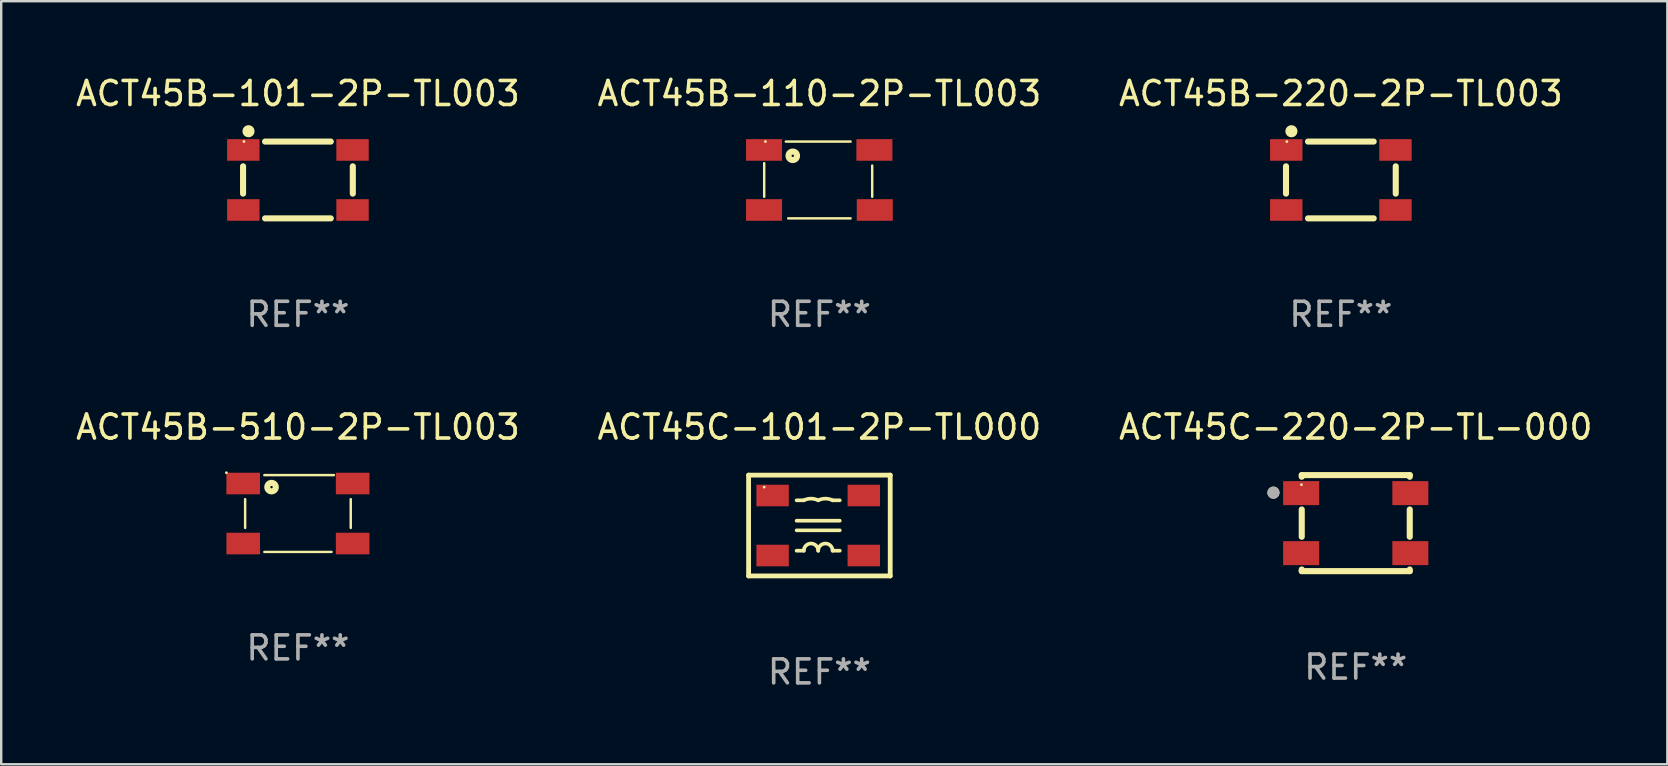
<source format=kicad_pcb>
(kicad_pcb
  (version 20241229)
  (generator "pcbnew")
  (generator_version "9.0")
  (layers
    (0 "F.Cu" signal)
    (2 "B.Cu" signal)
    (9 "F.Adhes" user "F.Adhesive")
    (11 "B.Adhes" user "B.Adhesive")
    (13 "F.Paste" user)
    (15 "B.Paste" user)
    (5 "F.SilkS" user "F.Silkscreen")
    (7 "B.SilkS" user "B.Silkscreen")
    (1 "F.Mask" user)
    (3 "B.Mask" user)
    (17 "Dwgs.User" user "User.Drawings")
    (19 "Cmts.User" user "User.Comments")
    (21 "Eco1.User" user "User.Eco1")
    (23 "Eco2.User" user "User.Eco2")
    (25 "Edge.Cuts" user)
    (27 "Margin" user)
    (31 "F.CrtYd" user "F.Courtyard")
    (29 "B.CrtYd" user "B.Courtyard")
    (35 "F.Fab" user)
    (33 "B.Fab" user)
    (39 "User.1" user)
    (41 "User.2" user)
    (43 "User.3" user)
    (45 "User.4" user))
  (footprint "ACT45B-220-2P-TL003"
    (layer "F.Cu")
    (at 52.815 4.448)
    (property "Reference" "ACT45B-220-2P-TL003" (at 0 -3.6 0) (layer "F.SilkS") (effects (font (size 1 1) (thickness 0.15))))
    (attr through_hole)
    (fp_line (start -2.286 -0.569) (end -2.286 0.569) (stroke (width 0.254) (type solid)) (layer "F.SilkS"))
    (fp_line (start -1.369 -1.6) (end 1.369 -1.6) (stroke (width 0.254) (type solid)) (layer "F.SilkS"))
    (fp_line (start -1.369 1.6) (end 1.369 1.6) (stroke (width 0.254) (type solid)) (layer "F.SilkS"))
    (fp_line (start 2.286 -0.569) (end 2.286 0.569) (stroke (width 0.254) (type solid)) (layer "F.SilkS"))
    (fp_circle (center -2.25 -1.6) (end -2.22 -1.6) (stroke (width 0.06) (type solid)) (fill no) (layer "F.SilkS"))
    (fp_circle (center -2.06 -2.03) (end -1.933 -2.03) (stroke (width 0.254) (type solid)) (fill no) (layer "F.SilkS"))
    (fp_text user "REF**" (at 0 5.6 0) (layer "F.Fab") (effects (font (size 1 1) (thickness 0.15))))
    (pad "1" smd rect (at -2.275 -1.25) (size 1.35 0.9) (layers "F.Cu" "F.Mask" "F.Paste"))
    (pad "2" smd rect (at -2.275 1.25) (size 1.35 0.9) (layers "F.Cu" "F.Mask" "F.Paste"))
    (pad "3" smd rect (at 2.275 1.25) (size 1.35 0.9) (layers "F.Cu" "F.Mask" "F.Paste"))
    (pad "4" smd rect (at 2.275 -1.25) (size 1.35 0.9) (layers "F.Cu" "F.Mask" "F.Paste")))
  (footprint "ACT45C-220-2P-TL-000"
    (layer "F.Cu")
    (at 53.435 18.745)
    (property "Reference" "ACT45C-220-2P-TL-000" (at 0 -4 0) (layer "F.SilkS") (effects (font (size 1 1) (thickness 0.15))))
    (attr through_hole)
    (fp_line (start -2.25 -2) (end -2.25 -1.931) (stroke (width 0.254) (type solid)) (layer "F.SilkS"))
    (fp_line (start -2.25 -2) (end 2.25 -2) (stroke (width 0.254) (type solid)) (layer "F.SilkS"))
    (fp_line (start -2.25 -0.569) (end -2.25 0.569) (stroke (width 0.254) (type solid)) (layer "F.SilkS"))
    (fp_line (start -2.25 1.931) (end -2.25 2) (stroke (width 0.254) (type solid)) (layer "F.SilkS"))
    (fp_line (start -2.25 2) (end 2.25 2) (stroke (width 0.254) (type solid)) (layer "F.SilkS"))
    (fp_line (start 2.25 -2) (end 2.25 -1.931) (stroke (width 0.254) (type solid)) (layer "F.SilkS"))
    (fp_line (start 2.25 -0.569) (end 2.25 0.569) (stroke (width 0.254) (type solid)) (layer "F.SilkS"))
    (fp_line (start 2.25 1.931) (end 2.25 2) (stroke (width 0.254) (type solid)) (layer "F.SilkS"))
    (fp_circle (center -3.429 -1.27) (end -3.302 -1.27) (stroke (width 0.254) (type solid)) (fill no) (layer "F.SilkS"))
    (fp_circle (center -2.263 -1.6) (end -2.233 -1.6) (stroke (width 0.06) (type solid)) (fill no) (layer "F.SilkS"))
    (fp_circle (center -3.429 -1.27) (end -3.302 -1.27) (stroke (width 0.254) (type solid)) (fill no) (layer "F.Fab"))
    (fp_text user "REF**" (at 0 6 0) (layer "F.Fab") (effects (font (size 1 1) (thickness 0.15))))
    (pad "1" smd rect (at -2.275 -1.25) (size 1.5 1) (layers "F.Cu" "F.Mask" "F.Paste"))
    (pad "2" smd rect (at -2.275 1.25) (size 1.5 1) (layers "F.Cu" "F.Mask" "F.Paste"))
    (pad "3" smd rect (at 2.275 1.25) (size 1.5 1) (layers "F.Cu" "F.Mask" "F.Paste"))
    (pad "4" smd rect (at 2.275 -1.25) (size 1.5 1) (layers "F.Cu" "F.Mask" "F.Paste")))
  (footprint "ACT45B-110-2P-TL003"
    (layer "F.Cu")
    (at 31.089 4.448)
    (property "Reference" "ACT45B-110-2P-TL003" (at 0 -3.6 0) (layer "F.SilkS") (effects (font (size 1 1) (thickness 0.15))))
    (attr through_hole)
    (fp_line (start -2.3 -0.7) (end -2.3 0.7) (stroke (width 0.102) (type solid)) (layer "F.SilkS"))
    (fp_line (start -1.4 -1.6) (end 1.3 -1.6) (stroke (width 0.102) (type solid)) (layer "F.SilkS"))
    (fp_line (start -1.3 1.6) (end 1.3 1.6) (stroke (width 0.102) (type solid)) (layer "F.SilkS"))
    (fp_line (start 2.2 -0.6) (end 2.2 0.7) (stroke (width 0.102) (type solid)) (layer "F.SilkS"))
    (fp_circle (center -2.25 -1.6) (end -2.22 -1.6) (stroke (width 0.06) (type solid)) (fill no) (layer "F.SilkS"))
    (fp_circle (center -1.109 -1.007) (end -1.059 -1.007) (stroke (width 0.254) (type solid)) (fill no) (layer "F.SilkS"))
    (fp_text user "REF**" (at 0 5.6 0) (layer "F.Fab") (effects (font (size 1 1) (thickness 0.15))))
    (pad "1" smd rect (at -2.307 -1.25) (size 1.5 0.9) (layers "F.Cu" "F.Mask" "F.Paste"))
    (pad "2" smd rect (at -2.306 1.25) (size 1.5 0.9) (layers "F.Cu" "F.Mask" "F.Paste"))
    (pad "3" smd rect (at 2.307 1.25) (size 1.5 0.9) (layers "F.Cu" "F.Mask" "F.Paste"))
    (pad "4" smd rect (at 2.291 -1.25) (size 1.5 0.9) (layers "F.Cu" "F.Mask" "F.Paste")))
  (footprint "ACT45B-101-2P-TL003"
    (layer "F.Cu")
    (at 9.363 4.448)
    (property "Reference" "ACT45B-101-2P-TL003" (at 0 -3.6 0) (layer "F.SilkS") (effects (font (size 1 1) (thickness 0.15))))
    (attr through_hole)
    (fp_line (start -2.286 -0.569) (end -2.286 0.569) (stroke (width 0.254) (type solid)) (layer "F.SilkS"))
    (fp_line (start -1.369 -1.6) (end 1.369 -1.6) (stroke (width 0.254) (type solid)) (layer "F.SilkS"))
    (fp_line (start -1.369 1.6) (end 1.369 1.6) (stroke (width 0.254) (type solid)) (layer "F.SilkS"))
    (fp_line (start 2.286 -0.569) (end 2.286 0.569) (stroke (width 0.254) (type solid)) (layer "F.SilkS"))
    (fp_circle (center -2.25 -1.6) (end -2.22 -1.6) (stroke (width 0.06) (type solid)) (fill no) (layer "F.SilkS"))
    (fp_circle (center -2.06 -2.03) (end -1.933 -2.03) (stroke (width 0.254) (type solid)) (fill no) (layer "F.SilkS"))
    (fp_text user "REF**" (at 0 5.6 0) (layer "F.Fab") (effects (font (size 1 1) (thickness 0.15))))
    (pad "1" smd rect (at -2.275 -1.25) (size 1.35 0.9) (layers "F.Cu" "F.Mask" "F.Paste"))
    (pad "2" smd rect (at -2.275 1.25) (size 1.35 0.9) (layers "F.Cu" "F.Mask" "F.Paste"))
    (pad "3" smd rect (at 2.275 1.25) (size 1.35 0.9) (layers "F.Cu" "F.Mask" "F.Paste"))
    (pad "4" smd rect (at 2.275 -1.25) (size 1.35 0.9) (layers "F.Cu" "F.Mask" "F.Paste")))
  (footprint "ACT45B-510-2P-TL003"
    (layer "F.Cu")
    (at 9.363 18.345)
    (property "Reference" "ACT45B-510-2P-TL003" (at 0 -3.6 0) (layer "F.SilkS") (effects (font (size 1 1) (thickness 0.15))))
    (attr through_hole)
    (fp_line (start -2.2 -0.6) (end -2.2 0.6) (stroke (width 0.102) (type solid)) (layer "F.SilkS"))
    (fp_line (start -1.4 -1.6) (end 1.5 -1.6) (stroke (width 0.102) (type solid)) (layer "F.SilkS"))
    (fp_line (start -1.4 1.6) (end 1.4 1.6) (stroke (width 0.102) (type solid)) (layer "F.SilkS"))
    (fp_line (start 2.2 -0.6) (end 2.2 0.6) (stroke (width 0.102) (type solid)) (layer "F.SilkS"))
    (fp_circle (center -2.98 -1.7) (end -2.95 -1.7) (stroke (width 0.06) (type solid)) (fill no) (layer "F.SilkS"))
    (fp_circle (center -1.1 -1.1) (end -1.05 -1.1) (stroke (width 0.254) (type solid)) (fill no) (layer "F.SilkS"))
    (fp_text user "REF**" (at 0 5.6 0) (layer "F.Fab") (effects (font (size 1 1) (thickness 0.15))))
    (pad "1" smd rect (at -2.28 -1.25 90) (size 0.9 1.4) (layers "F.Cu" "F.Mask" "F.Paste"))
    (pad "2" smd rect (at -2.28 1.25 90) (size 0.9 1.4) (layers "F.Cu" "F.Mask" "F.Paste"))
    (pad "3" smd rect (at 2.28 1.25 90) (size 0.9 1.4) (layers "F.Cu" "F.Mask" "F.Paste"))
    (pad "4" smd rect (at 2.28 -1.25 90) (size 0.9 1.4) (layers "F.Cu" "F.Mask" "F.Paste")))
  (footprint "ACT45C-101-2P-TL000"
    (layer "F.Cu")
    (at 31.089 18.845)
    (property "Reference" "ACT45C-101-2P-TL000" (at 0 -4.1 0) (layer "F.SilkS") (effects (font (size 1 1) (thickness 0.15))))
    (attr through_hole)
    (fp_line (start -2.95 -2.1) (end 2.95 -2.1) (stroke (width 0.2) (type solid)) (layer "F.SilkS"))
    (fp_line (start -2.95 2.1) (end -2.95 -2.1) (stroke (width 0.2) (type solid)) (layer "F.SilkS"))
    (fp_line (start -0.95 -0.2) (end 0.85 -0.2) (stroke (width 0.152) (type solid)) (layer "F.SilkS"))
    (fp_line (start -0.65 -1.05) (end -0.95 -1.05) (stroke (width 0.152) (type solid)) (layer "F.SilkS"))
    (fp_line (start -0.65 1.05) (end -0.95 1.05) (stroke (width 0.152) (type solid)) (layer "F.SilkS"))
    (fp_line (start 0.55 -1.05) (end 0.85 -1.05) (stroke (width 0.152) (type solid)) (layer "F.SilkS"))
    (fp_line (start 0.55 1.05) (end 0.85 1.05) (stroke (width 0.152) (type solid)) (layer "F.SilkS"))
    (fp_line (start 0.85 0.2) (end -0.95 0.2) (stroke (width 0.152) (type solid)) (layer "F.SilkS"))
    (fp_line (start 2.95 -2.1) (end 2.95 2.1) (stroke (width 0.2) (type solid)) (layer "F.SilkS"))
    (fp_line (start 2.95 2.1) (end -2.95 2.1) (stroke (width 0.2) (type solid)) (layer "F.SilkS"))
    (fp_arc (start -0.65 1.049835) (mid -0.35 0.749835) (end -0.05 1.049835) (stroke (width 0.151994) (type solid)) (layer "F.SilkS"))
    (fp_arc (start -0.649949 -1.049784) (mid -0.349949 -1.120604) (end -0.049949 -1.049784) (stroke (width 0.151994) (type solid)) (layer "F.SilkS"))
    (fp_arc (start -0.05 1.049835) (mid 0.25 0.749835) (end 0.55 1.049835) (stroke (width 0.151994) (type solid)) (layer "F.SilkS"))
    (fp_arc (start -0.049949 -1.049784) (mid 0.250051 -1.120604) (end 0.550051 -1.049784) (stroke (width 0.151994) (type solid)) (layer "F.SilkS"))
    (fp_circle (center -2.3 -1.6) (end -2.27 -1.6) (stroke (width 0.06) (type solid)) (fill no) (layer "F.SilkS"))
    (fp_text user "REF**" (at 0 6.1 0) (layer "F.Fab") (effects (font (size 1 1) (thickness 0.15))))
    (pad "1" smd rect (at -1.95 -1.25) (size 1.35 0.9) (layers "F.Cu" "F.Mask" "F.Paste"))
    (pad "2" smd rect (at -1.95 1.25) (size 1.35 0.9) (layers "F.Cu" "F.Mask" "F.Paste"))
    (pad "3" smd rect (at 1.85 1.25) (size 1.35 0.9) (layers "F.Cu" "F.Mask" "F.Paste"))
    (pad "4" smd rect (at 1.85 -1.25) (size 1.35 0.9) (layers "F.Cu" "F.Mask" "F.Paste")))
  (gr_rect
    (start -3 -3)
    (end 66.417 28.793)
    (stroke (width 0.1) (type default))
    (fill no)
    (layer "Edge.Cuts")))
</source>
